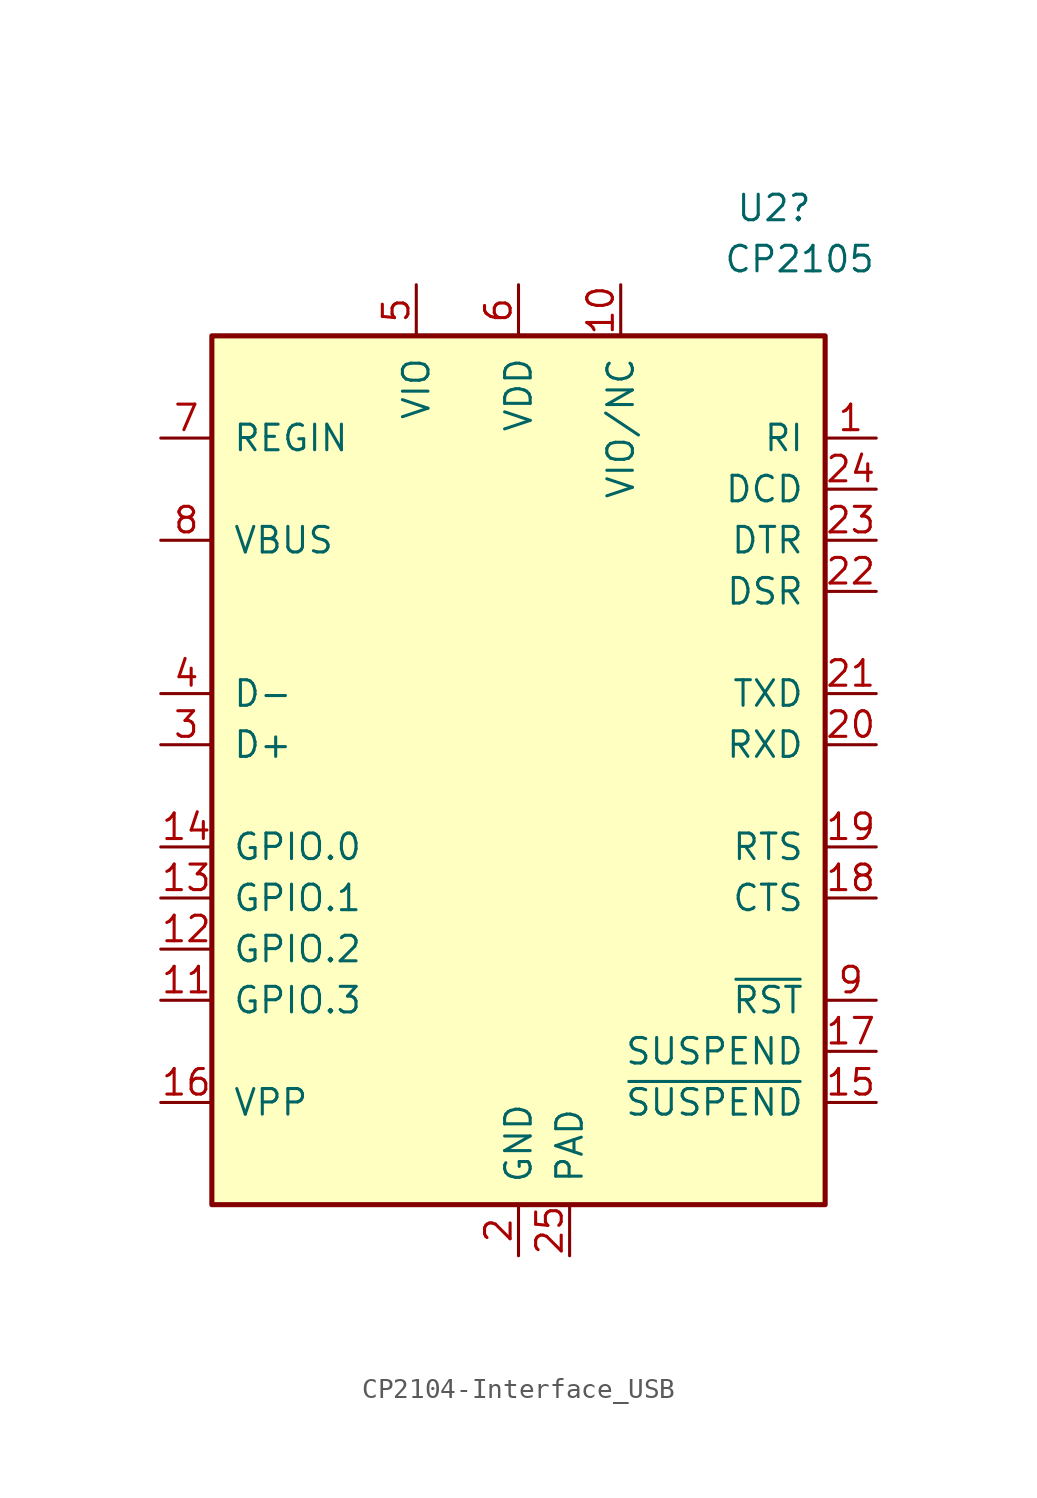
<source format=kicad_sym>
(kicad_symbol_lib
  (version 20201005)
  (generator kicad_symbol_editor)
  (symbol "NEAToBOARD_ESP32-rescue:CP2104-Interface_USB"
    (pin_names
      (offset 1.016))
    (property "Reference" "U2"
      (at 12.7 26.67 0)
      (effects (font (size 1.27 1.27))))
    (property "Value" "CP2105"
      (at 13.97 24.13 0)
      (effects (font (size 1.27 1.27))))
    (symbol "CP2104-Interface_USB_0_1"
      (rectangle (start -15.24 20.32) (end 15.24 -22.86) (stroke (width 0.254)) (fill (type background))))
    (symbol "CP2104-Interface_USB_1_1"
      (pin input line (at 17.78 15.24 180) (length 2.54) (name "RI" (effects (font (size 1.27 1.27)))) (number "1" (effects (font (size 1.27 1.27)))))
      (pin power_out line (at 5.08 22.86 270) (length 2.54) (name "VIO/NC" (effects (font (size 1.27 1.27)))) (number "10" (effects (font (size 1.27 1.27)))))
      (pin bidirectional line (at -17.78 -12.7 0) (length 2.54) (name "GPIO.3" (effects (font (size 1.27 1.27)))) (number "11" (effects (font (size 1.27 1.27)))))
      (pin bidirectional line (at -17.78 -10.16 0) (length 2.54) (name "GPIO.2" (effects (font (size 1.27 1.27)))) (number "12" (effects (font (size 1.27 1.27)))))
      (pin bidirectional line (at -17.78 -7.62 0) (length 2.54) (name "GPIO.1" (effects (font (size 1.27 1.27)))) (number "13" (effects (font (size 1.27 1.27)))))
      (pin bidirectional line (at -17.78 -5.08 0) (length 2.54) (name "GPIO.0" (effects (font (size 1.27 1.27)))) (number "14" (effects (font (size 1.27 1.27)))))
      (pin output line (at 17.78 -17.78 180) (length 2.54) (name "~SUSPEND" (effects (font (size 1.27 1.27)))) (number "15" (effects (font (size 1.27 1.27)))))
      (pin passive line (at -17.78 -17.78 0) (length 2.54) (name "VPP" (effects (font (size 1.27 1.27)))) (number "16" (effects (font (size 1.27 1.27)))))
      (pin output line (at 17.78 -15.24 180) (length 2.54) (name "SUSPEND" (effects (font (size 1.27 1.27)))) (number "17" (effects (font (size 1.27 1.27)))))
      (pin input line (at 17.78 -7.62 180) (length 2.54) (name "CTS" (effects (font (size 1.27 1.27)))) (number "18" (effects (font (size 1.27 1.27)))))
      (pin output line (at 17.78 -5.08 180) (length 2.54) (name "RTS" (effects (font (size 1.27 1.27)))) (number "19" (effects (font (size 1.27 1.27)))))
      (pin power_in line (at 0 -25.4 90) (length 2.54) (name "GND" (effects (font (size 1.27 1.27)))) (number "2" (effects (font (size 1.27 1.27)))))
      (pin input line (at 17.78 0 180) (length 2.54) (name "RXD" (effects (font (size 1.27 1.27)))) (number "20" (effects (font (size 1.27 1.27)))))
      (pin output line (at 17.78 2.54 180) (length 2.54) (name "TXD" (effects (font (size 1.27 1.27)))) (number "21" (effects (font (size 1.27 1.27)))))
      (pin input line (at 17.78 7.62 180) (length 2.54) (name "DSR" (effects (font (size 1.27 1.27)))) (number "22" (effects (font (size 1.27 1.27)))))
      (pin output line (at 17.78 10.16 180) (length 2.54) (name "DTR" (effects (font (size 1.27 1.27)))) (number "23" (effects (font (size 1.27 1.27)))))
      (pin input line (at 17.78 12.7 180) (length 2.54) (name "DCD" (effects (font (size 1.27 1.27)))) (number "24" (effects (font (size 1.27 1.27)))))
      (pin power_in line (at 2.54 -25.4 90) (length 2.54) (name "PAD" (effects (font (size 1.27 1.27)))) (number "25" (effects (font (size 1.27 1.27)))))
      (pin bidirectional line (at -17.78 0 0) (length 2.54) (name "D+" (effects (font (size 1.27 1.27)))) (number "3" (effects (font (size 1.27 1.27)))))
      (pin bidirectional line (at -17.78 2.54 0) (length 2.54) (name "D-" (effects (font (size 1.27 1.27)))) (number "4" (effects (font (size 1.27 1.27)))))
      (pin power_in line (at -5.08 22.86 270) (length 2.54) (name "VIO" (effects (font (size 1.27 1.27)))) (number "5" (effects (font (size 1.27 1.27)))))
      (pin power_in line (at 0 22.86 270) (length 2.54) (name "VDD" (effects (font (size 1.27 1.27)))) (number "6" (effects (font (size 1.27 1.27)))))
      (pin power_in line (at -17.78 15.24 0) (length 2.54) (name "REGIN" (effects (font (size 1.27 1.27)))) (number "7" (effects (font (size 1.27 1.27)))))
      (pin input line (at -17.78 10.16 0) (length 2.54) (name "VBUS" (effects (font (size 1.27 1.27)))) (number "8" (effects (font (size 1.27 1.27)))))
      (pin bidirectional line (at 17.78 -12.7 180) (length 2.54) (name "~RST" (effects (font (size 1.27 1.27)))) (number "9" (effects (font (size 1.27 1.27))))))))
</source>
